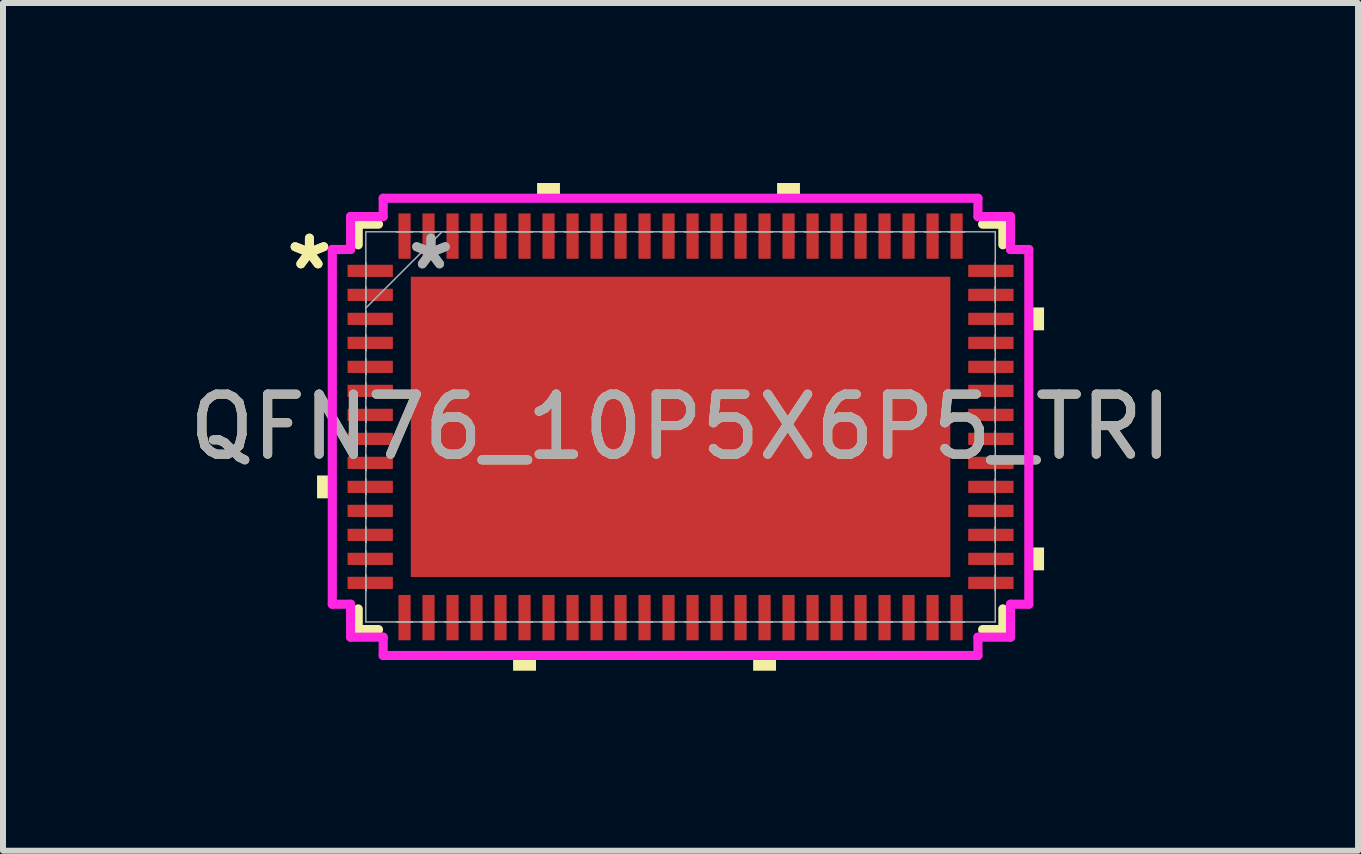
<source format=kicad_pcb>
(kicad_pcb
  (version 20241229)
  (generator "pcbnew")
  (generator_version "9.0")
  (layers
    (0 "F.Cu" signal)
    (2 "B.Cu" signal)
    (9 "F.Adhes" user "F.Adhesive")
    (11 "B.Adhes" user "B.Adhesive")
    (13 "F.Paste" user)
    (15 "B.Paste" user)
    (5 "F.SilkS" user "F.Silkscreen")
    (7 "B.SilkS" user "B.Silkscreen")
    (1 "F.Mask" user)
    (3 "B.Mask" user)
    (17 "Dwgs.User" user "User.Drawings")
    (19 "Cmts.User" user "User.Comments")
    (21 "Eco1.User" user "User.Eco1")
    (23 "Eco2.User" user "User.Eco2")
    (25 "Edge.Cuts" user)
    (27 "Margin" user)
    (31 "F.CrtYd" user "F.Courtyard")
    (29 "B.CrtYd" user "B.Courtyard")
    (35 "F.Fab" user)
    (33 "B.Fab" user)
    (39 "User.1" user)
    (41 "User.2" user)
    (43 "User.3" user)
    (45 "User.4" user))
  (footprint "QFN76_10P5X6P5_TRI"
    (layer "F.Cu")
    (at 8.292 4.064)
    (property "Reference" "QFN76_10P5X6P5_TRI" (at 0 0 0) (unlocked yes) (layer "F.SilkS") (effects (font (size 1 1) (thickness 0.15))))
    (attr smd)
    (fp_line (start -5.372 -3.378) (end -5.372 -3.034) (stroke (width 0.152) (type solid)) (layer "F.SilkS"))
    (fp_line (start -5.372 3.034) (end -5.372 3.378) (stroke (width 0.152) (type solid)) (layer "F.SilkS"))
    (fp_line (start -5.372 3.378) (end -5.034 3.378) (stroke (width 0.152) (type solid)) (layer "F.SilkS"))
    (fp_line (start -5.034 -3.378) (end -5.372 -3.378) (stroke (width 0.152) (type solid)) (layer "F.SilkS"))
    (fp_line (start 5.034 3.378) (end 5.372 3.378) (stroke (width 0.152) (type solid)) (layer "F.SilkS"))
    (fp_line (start 5.372 -3.378) (end 5.034 -3.378) (stroke (width 0.152) (type solid)) (layer "F.SilkS"))
    (fp_line (start 5.372 -3.034) (end 5.372 -3.378) (stroke (width 0.152) (type solid)) (layer "F.SilkS"))
    (fp_line (start 5.372 3.378) (end 5.372 3.034) (stroke (width 0.152) (type solid)) (layer "F.SilkS"))
    (fp_poly (pts (xy -6.058 0.81) (xy -6.058 1.191) (xy -5.804 1.191) (xy -5.804 0.81)) (stroke (width 0) (type solid)) (fill yes) (layer "F.SilkS"))
    (fp_poly (pts (xy -2.791 3.81) (xy -2.791 4.064) (xy -2.409 4.064) (xy -2.409 3.81)) (stroke (width 0) (type solid)) (fill yes) (layer "F.SilkS"))
    (fp_poly (pts (xy -2.391 -3.81) (xy -2.391 -4.064) (xy -2.01 -4.064) (xy -2.01 -3.81)) (stroke (width 0) (type solid)) (fill yes) (layer "F.SilkS"))
    (fp_poly (pts (xy 1.21 3.81) (xy 1.21 4.064) (xy 1.591 4.064) (xy 1.591 3.81)) (stroke (width 0) (type solid)) (fill yes) (layer "F.SilkS"))
    (fp_poly (pts (xy 1.609 -3.81) (xy 1.609 -4.064) (xy 1.99 -4.064) (xy 1.99 -3.81)) (stroke (width 0) (type solid)) (fill yes) (layer "F.SilkS"))
    (fp_poly (pts (xy 6.058 -1.99) (xy 6.058 -1.609) (xy 5.804 -1.609) (xy 5.804 -1.99)) (stroke (width 0) (type solid)) (fill yes) (layer "F.SilkS"))
    (fp_poly (pts (xy 6.058 2.01) (xy 6.058 2.391) (xy 5.804 2.391) (xy 5.804 2.01)) (stroke (width 0) (type solid)) (fill yes) (layer "F.SilkS"))
    (fp_line (start -5.804 -2.956) (end -5.499 -2.956) (stroke (width 0.152) (type solid)) (layer "F.CrtYd"))
    (fp_line (start -5.804 2.956) (end -5.804 -2.956) (stroke (width 0.152) (type solid)) (layer "F.CrtYd"))
    (fp_line (start -5.499 -3.505) (end -4.956 -3.505) (stroke (width 0.152) (type solid)) (layer "F.CrtYd"))
    (fp_line (start -5.499 -2.956) (end -5.499 -3.505) (stroke (width 0.152) (type solid)) (layer "F.CrtYd"))
    (fp_line (start -5.499 2.956) (end -5.804 2.956) (stroke (width 0.152) (type solid)) (layer "F.CrtYd"))
    (fp_line (start -5.499 3.505) (end -5.499 2.956) (stroke (width 0.152) (type solid)) (layer "F.CrtYd"))
    (fp_line (start -4.956 -3.81) (end 4.956 -3.81) (stroke (width 0.152) (type solid)) (layer "F.CrtYd"))
    (fp_line (start -4.956 -3.505) (end -4.956 -3.81) (stroke (width 0.152) (type solid)) (layer "F.CrtYd"))
    (fp_line (start -4.956 3.505) (end -5.499 3.505) (stroke (width 0.152) (type solid)) (layer "F.CrtYd"))
    (fp_line (start -4.956 3.81) (end -4.956 3.505) (stroke (width 0.152) (type solid)) (layer "F.CrtYd"))
    (fp_line (start 4.956 -3.81) (end 4.956 -3.505) (stroke (width 0.152) (type solid)) (layer "F.CrtYd"))
    (fp_line (start 4.956 -3.505) (end 5.499 -3.505) (stroke (width 0.152) (type solid)) (layer "F.CrtYd"))
    (fp_line (start 4.956 3.505) (end 4.956 3.81) (stroke (width 0.152) (type solid)) (layer "F.CrtYd"))
    (fp_line (start 4.956 3.81) (end -4.956 3.81) (stroke (width 0.152) (type solid)) (layer "F.CrtYd"))
    (fp_line (start 5.499 -3.505) (end 5.499 -2.956) (stroke (width 0.152) (type solid)) (layer "F.CrtYd"))
    (fp_line (start 5.499 -2.956) (end 5.804 -2.956) (stroke (width 0.152) (type solid)) (layer "F.CrtYd"))
    (fp_line (start 5.499 2.956) (end 5.499 3.505) (stroke (width 0.152) (type solid)) (layer "F.CrtYd"))
    (fp_line (start 5.499 3.505) (end 4.956 3.505) (stroke (width 0.152) (type solid)) (layer "F.CrtYd"))
    (fp_line (start 5.804 -2.956) (end 5.804 2.956) (stroke (width 0.152) (type solid)) (layer "F.CrtYd"))
    (fp_line (start 5.804 2.956) (end 5.499 2.956) (stroke (width 0.152) (type solid)) (layer "F.CrtYd"))
    (fp_line (start -5.245 -3.251) (end -5.245 3.251) (stroke (width 0.025) (type solid)) (layer "F.Fab"))
    (fp_line (start -5.245 -2.727) (end -5.245 -2.727) (stroke (width 0.025) (type solid)) (layer "F.Fab"))
    (fp_line (start -5.245 -2.727) (end -5.245 -2.473) (stroke (width 0.025) (type solid)) (layer "F.Fab"))
    (fp_line (start -5.245 -2.473) (end -5.245 -2.727) (stroke (width 0.025) (type solid)) (layer "F.Fab"))
    (fp_line (start -5.245 -2.473) (end -5.245 -2.473) (stroke (width 0.025) (type solid)) (layer "F.Fab"))
    (fp_line (start -5.245 -2.327) (end -5.245 -2.327) (stroke (width 0.025) (type solid)) (layer "F.Fab"))
    (fp_line (start -5.245 -2.327) (end -5.245 -2.073) (stroke (width 0.025) (type solid)) (layer "F.Fab"))
    (fp_line (start -5.245 -2.073) (end -5.245 -2.327) (stroke (width 0.025) (type solid)) (layer "F.Fab"))
    (fp_line (start -5.245 -2.073) (end -5.245 -2.073) (stroke (width 0.025) (type solid)) (layer "F.Fab"))
    (fp_line (start -5.245 -1.981) (end -3.975 -3.251) (stroke (width 0.025) (type solid)) (layer "F.Fab"))
    (fp_line (start -5.245 -1.927) (end -5.245 -1.927) (stroke (width 0.025) (type solid)) (layer "F.Fab"))
    (fp_line (start -5.245 -1.927) (end -5.245 -1.673) (stroke (width 0.025) (type solid)) (layer "F.Fab"))
    (fp_line (start -5.245 -1.673) (end -5.245 -1.927) (stroke (width 0.025) (type solid)) (layer "F.Fab"))
    (fp_line (start -5.245 -1.673) (end -5.245 -1.673) (stroke (width 0.025) (type solid)) (layer "F.Fab"))
    (fp_line (start -5.245 -1.527) (end -5.245 -1.527) (stroke (width 0.025) (type solid)) (layer "F.Fab"))
    (fp_line (start -5.245 -1.527) (end -5.245 -1.273) (stroke (width 0.025) (type solid)) (layer "F.Fab"))
    (fp_line (start -5.245 -1.273) (end -5.245 -1.527) (stroke (width 0.025) (type solid)) (layer "F.Fab"))
    (fp_line (start -5.245 -1.273) (end -5.245 -1.273) (stroke (width 0.025) (type solid)) (layer "F.Fab"))
    (fp_line (start -5.245 -1.127) (end -5.245 -1.127) (stroke (width 0.025) (type solid)) (layer "F.Fab"))
    (fp_line (start -5.245 -1.127) (end -5.245 -0.873) (stroke (width 0.025) (type solid)) (layer "F.Fab"))
    (fp_line (start -5.245 -0.873) (end -5.245 -1.127) (stroke (width 0.025) (type solid)) (layer "F.Fab"))
    (fp_line (start -5.245 -0.873) (end -5.245 -0.873) (stroke (width 0.025) (type solid)) (layer "F.Fab"))
    (fp_line (start -5.245 -0.727) (end -5.245 -0.727) (stroke (width 0.025) (type solid)) (layer "F.Fab"))
    (fp_line (start -5.245 -0.727) (end -5.245 -0.473) (stroke (width 0.025) (type solid)) (layer "F.Fab"))
    (fp_line (start -5.245 -0.473) (end -5.245 -0.727) (stroke (width 0.025) (type solid)) (layer "F.Fab"))
    (fp_line (start -5.245 -0.473) (end -5.245 -0.473) (stroke (width 0.025) (type solid)) (layer "F.Fab"))
    (fp_line (start -5.245 -0.327) (end -5.245 -0.327) (stroke (width 0.025) (type solid)) (layer "F.Fab"))
    (fp_line (start -5.245 -0.327) (end -5.245 -0.073) (stroke (width 0.025) (type solid)) (layer "F.Fab"))
    (fp_line (start -5.245 -0.073) (end -5.245 -0.327) (stroke (width 0.025) (type solid)) (layer "F.Fab"))
    (fp_line (start -5.245 -0.073) (end -5.245 -0.073) (stroke (width 0.025) (type solid)) (layer "F.Fab"))
    (fp_line (start -5.245 0.073) (end -5.245 0.073) (stroke (width 0.025) (type solid)) (layer "F.Fab"))
    (fp_line (start -5.245 0.073) (end -5.245 0.327) (stroke (width 0.025) (type solid)) (layer "F.Fab"))
    (fp_line (start -5.245 0.327) (end -5.245 0.073) (stroke (width 0.025) (type solid)) (layer "F.Fab"))
    (fp_line (start -5.245 0.327) (end -5.245 0.327) (stroke (width 0.025) (type solid)) (layer "F.Fab"))
    (fp_line (start -5.245 0.473) (end -5.245 0.473) (stroke (width 0.025) (type solid)) (layer "F.Fab"))
    (fp_line (start -5.245 0.473) (end -5.245 0.727) (stroke (width 0.025) (type solid)) (layer "F.Fab"))
    (fp_line (start -5.245 0.727) (end -5.245 0.473) (stroke (width 0.025) (type solid)) (layer "F.Fab"))
    (fp_line (start -5.245 0.727) (end -5.245 0.727) (stroke (width 0.025) (type solid)) (layer "F.Fab"))
    (fp_line (start -5.245 0.873) (end -5.245 0.873) (stroke (width 0.025) (type solid)) (layer "F.Fab"))
    (fp_line (start -5.245 0.873) (end -5.245 1.127) (stroke (width 0.025) (type solid)) (layer "F.Fab"))
    (fp_line (start -5.245 1.127) (end -5.245 0.873) (stroke (width 0.025) (type solid)) (layer "F.Fab"))
    (fp_line (start -5.245 1.127) (end -5.245 1.127) (stroke (width 0.025) (type solid)) (layer "F.Fab"))
    (fp_line (start -5.245 1.273) (end -5.245 1.273) (stroke (width 0.025) (type solid)) (layer "F.Fab"))
    (fp_line (start -5.245 1.273) (end -5.245 1.527) (stroke (width 0.025) (type solid)) (layer "F.Fab"))
    (fp_line (start -5.245 1.527) (end -5.245 1.273) (stroke (width 0.025) (type solid)) (layer "F.Fab"))
    (fp_line (start -5.245 1.527) (end -5.245 1.527) (stroke (width 0.025) (type solid)) (layer "F.Fab"))
    (fp_line (start -5.245 1.673) (end -5.245 1.673) (stroke (width 0.025) (type solid)) (layer "F.Fab"))
    (fp_line (start -5.245 1.673) (end -5.245 1.927) (stroke (width 0.025) (type solid)) (layer "F.Fab"))
    (fp_line (start -5.245 1.927) (end -5.245 1.673) (stroke (width 0.025) (type solid)) (layer "F.Fab"))
    (fp_line (start -5.245 1.927) (end -5.245 1.927) (stroke (width 0.025) (type solid)) (layer "F.Fab"))
    (fp_line (start -5.245 2.073) (end -5.245 2.073) (stroke (width 0.025) (type solid)) (layer "F.Fab"))
    (fp_line (start -5.245 2.073) (end -5.245 2.327) (stroke (width 0.025) (type solid)) (layer "F.Fab"))
    (fp_line (start -5.245 2.327) (end -5.245 2.073) (stroke (width 0.025) (type solid)) (layer "F.Fab"))
    (fp_line (start -5.245 2.327) (end -5.245 2.327) (stroke (width 0.025) (type solid)) (layer "F.Fab"))
    (fp_line (start -5.245 2.473) (end -5.245 2.473) (stroke (width 0.025) (type solid)) (layer "F.Fab"))
    (fp_line (start -5.245 2.473) (end -5.245 2.727) (stroke (width 0.025) (type solid)) (layer "F.Fab"))
    (fp_line (start -5.245 2.727) (end -5.245 2.473) (stroke (width 0.025) (type solid)) (layer "F.Fab"))
    (fp_line (start -5.245 2.727) (end -5.245 2.727) (stroke (width 0.025) (type solid)) (layer "F.Fab"))
    (fp_line (start -5.245 3.251) (end 5.245 3.251) (stroke (width 0.025) (type solid)) (layer "F.Fab"))
    (fp_line (start -4.727 -3.251) (end -4.727 -3.251) (stroke (width 0.025) (type solid)) (layer "F.Fab"))
    (fp_line (start -4.727 -3.251) (end -4.473 -3.251) (stroke (width 0.025) (type solid)) (layer "F.Fab"))
    (fp_line (start -4.727 3.251) (end -4.727 3.251) (stroke (width 0.025) (type solid)) (layer "F.Fab"))
    (fp_line (start -4.727 3.251) (end -4.473 3.251) (stroke (width 0.025) (type solid)) (layer "F.Fab"))
    (fp_line (start -4.473 -3.251) (end -4.727 -3.251) (stroke (width 0.025) (type solid)) (layer "F.Fab"))
    (fp_line (start -4.473 -3.251) (end -4.473 -3.251) (stroke (width 0.025) (type solid)) (layer "F.Fab"))
    (fp_line (start -4.473 3.251) (end -4.727 3.251) (stroke (width 0.025) (type solid)) (layer "F.Fab"))
    (fp_line (start -4.473 3.251) (end -4.473 3.251) (stroke (width 0.025) (type solid)) (layer "F.Fab"))
    (fp_line (start -4.327 -3.251) (end -4.327 -3.251) (stroke (width 0.025) (type solid)) (layer "F.Fab"))
    (fp_line (start -4.327 -3.251) (end -4.073 -3.251) (stroke (width 0.025) (type solid)) (layer "F.Fab"))
    (fp_line (start -4.327 3.251) (end -4.327 3.251) (stroke (width 0.025) (type solid)) (layer "F.Fab"))
    (fp_line (start -4.327 3.251) (end -4.073 3.251) (stroke (width 0.025) (type solid)) (layer "F.Fab"))
    (fp_line (start -4.073 -3.251) (end -4.327 -3.251) (stroke (width 0.025) (type solid)) (layer "F.Fab"))
    (fp_line (start -4.073 -3.251) (end -4.073 -3.251) (stroke (width 0.025) (type solid)) (layer "F.Fab"))
    (fp_line (start -4.073 3.251) (end -4.327 3.251) (stroke (width 0.025) (type solid)) (layer "F.Fab"))
    (fp_line (start -4.073 3.251) (end -4.073 3.251) (stroke (width 0.025) (type solid)) (layer "F.Fab"))
    (fp_line (start -3.927 -3.251) (end -3.927 -3.251) (stroke (width 0.025) (type solid)) (layer "F.Fab"))
    (fp_line (start -3.927 -3.251) (end -3.673 -3.251) (stroke (width 0.025) (type solid)) (layer "F.Fab"))
    (fp_line (start -3.927 3.251) (end -3.927 3.251) (stroke (width 0.025) (type solid)) (layer "F.Fab"))
    (fp_line (start -3.927 3.251) (end -3.673 3.251) (stroke (width 0.025) (type solid)) (layer "F.Fab"))
    (fp_line (start -3.673 -3.251) (end -3.927 -3.251) (stroke (width 0.025) (type solid)) (layer "F.Fab"))
    (fp_line (start -3.673 -3.251) (end -3.673 -3.251) (stroke (width 0.025) (type solid)) (layer "F.Fab"))
    (fp_line (start -3.673 3.251) (end -3.927 3.251) (stroke (width 0.025) (type solid)) (layer "F.Fab"))
    (fp_line (start -3.673 3.251) (end -3.673 3.251) (stroke (width 0.025) (type solid)) (layer "F.Fab"))
    (fp_line (start -3.527 -3.251) (end -3.527 -3.251) (stroke (width 0.025) (type solid)) (layer "F.Fab"))
    (fp_line (start -3.527 -3.251) (end -3.273 -3.251) (stroke (width 0.025) (type solid)) (layer "F.Fab"))
    (fp_line (start -3.527 3.251) (end -3.527 3.251) (stroke (width 0.025) (type solid)) (layer "F.Fab"))
    (fp_line (start -3.527 3.251) (end -3.273 3.251) (stroke (width 0.025) (type solid)) (layer "F.Fab"))
    (fp_line (start -3.273 -3.251) (end -3.527 -3.251) (stroke (width 0.025) (type solid)) (layer "F.Fab"))
    (fp_line (start -3.273 -3.251) (end -3.273 -3.251) (stroke (width 0.025) (type solid)) (layer "F.Fab"))
    (fp_line (start -3.273 3.251) (end -3.527 3.251) (stroke (width 0.025) (type solid)) (layer "F.Fab"))
    (fp_line (start -3.273 3.251) (end -3.273 3.251) (stroke (width 0.025) (type solid)) (layer "F.Fab"))
    (fp_line (start -3.127 -3.251) (end -3.127 -3.251) (stroke (width 0.025) (type solid)) (layer "F.Fab"))
    (fp_line (start -3.127 -3.251) (end -2.873 -3.251) (stroke (width 0.025) (type solid)) (layer "F.Fab"))
    (fp_line (start -3.127 3.251) (end -3.127 3.251) (stroke (width 0.025) (type solid)) (layer "F.Fab"))
    (fp_line (start -3.127 3.251) (end -2.873 3.251) (stroke (width 0.025) (type solid)) (layer "F.Fab"))
    (fp_line (start -2.873 -3.251) (end -3.127 -3.251) (stroke (width 0.025) (type solid)) (layer "F.Fab"))
    (fp_line (start -2.873 -3.251) (end -2.873 -3.251) (stroke (width 0.025) (type solid)) (layer "F.Fab"))
    (fp_line (start -2.873 3.251) (end -3.127 3.251) (stroke (width 0.025) (type solid)) (layer "F.Fab"))
    (fp_line (start -2.873 3.251) (end -2.873 3.251) (stroke (width 0.025) (type solid)) (layer "F.Fab"))
    (fp_line (start -2.727 -3.251) (end -2.727 -3.251) (stroke (width 0.025) (type solid)) (layer "F.Fab"))
    (fp_line (start -2.727 -3.251) (end -2.473 -3.251) (stroke (width 0.025) (type solid)) (layer "F.Fab"))
    (fp_line (start -2.727 3.251) (end -2.727 3.251) (stroke (width 0.025) (type solid)) (layer "F.Fab"))
    (fp_line (start -2.727 3.251) (end -2.473 3.251) (stroke (width 0.025) (type solid)) (layer "F.Fab"))
    (fp_line (start -2.473 -3.251) (end -2.727 -3.251) (stroke (width 0.025) (type solid)) (layer "F.Fab"))
    (fp_line (start -2.473 -3.251) (end -2.473 -3.251) (stroke (width 0.025) (type solid)) (layer "F.Fab"))
    (fp_line (start -2.473 3.251) (end -2.727 3.251) (stroke (width 0.025) (type solid)) (layer "F.Fab"))
    (fp_line (start -2.473 3.251) (end -2.473 3.251) (stroke (width 0.025) (type solid)) (layer "F.Fab"))
    (fp_line (start -2.327 -3.251) (end -2.327 -3.251) (stroke (width 0.025) (type solid)) (layer "F.Fab"))
    (fp_line (start -2.327 -3.251) (end -2.073 -3.251) (stroke (width 0.025) (type solid)) (layer "F.Fab"))
    (fp_line (start -2.327 3.251) (end -2.327 3.251) (stroke (width 0.025) (type solid)) (layer "F.Fab"))
    (fp_line (start -2.327 3.251) (end -2.073 3.251) (stroke (width 0.025) (type solid)) (layer "F.Fab"))
    (fp_line (start -2.073 -3.251) (end -2.327 -3.251) (stroke (width 0.025) (type solid)) (layer "F.Fab"))
    (fp_line (start -2.073 -3.251) (end -2.073 -3.251) (stroke (width 0.025) (type solid)) (layer "F.Fab"))
    (fp_line (start -2.073 3.251) (end -2.327 3.251) (stroke (width 0.025) (type solid)) (layer "F.Fab"))
    (fp_line (start -2.073 3.251) (end -2.073 3.251) (stroke (width 0.025) (type solid)) (layer "F.Fab"))
    (fp_line (start -1.927 -3.251) (end -1.927 -3.251) (stroke (width 0.025) (type solid)) (layer "F.Fab"))
    (fp_line (start -1.927 -3.251) (end -1.673 -3.251) (stroke (width 0.025) (type solid)) (layer "F.Fab"))
    (fp_line (start -1.927 3.251) (end -1.927 3.251) (stroke (width 0.025) (type solid)) (layer "F.Fab"))
    (fp_line (start -1.927 3.251) (end -1.673 3.251) (stroke (width 0.025) (type solid)) (layer "F.Fab"))
    (fp_line (start -1.673 -3.251) (end -1.927 -3.251) (stroke (width 0.025) (type solid)) (layer "F.Fab"))
    (fp_line (start -1.673 -3.251) (end -1.673 -3.251) (stroke (width 0.025) (type solid)) (layer "F.Fab"))
    (fp_line (start -1.673 3.251) (end -1.927 3.251) (stroke (width 0.025) (type solid)) (layer "F.Fab"))
    (fp_line (start -1.673 3.251) (end -1.673 3.251) (stroke (width 0.025) (type solid)) (layer "F.Fab"))
    (fp_line (start -1.527 -3.251) (end -1.527 -3.251) (stroke (width 0.025) (type solid)) (layer "F.Fab"))
    (fp_line (start -1.527 -3.251) (end -1.273 -3.251) (stroke (width 0.025) (type solid)) (layer "F.Fab"))
    (fp_line (start -1.527 3.251) (end -1.527 3.251) (stroke (width 0.025) (type solid)) (layer "F.Fab"))
    (fp_line (start -1.527 3.251) (end -1.273 3.251) (stroke (width 0.025) (type solid)) (layer "F.Fab"))
    (fp_line (start -1.273 -3.251) (end -1.527 -3.251) (stroke (width 0.025) (type solid)) (layer "F.Fab"))
    (fp_line (start -1.273 -3.251) (end -1.273 -3.251) (stroke (width 0.025) (type solid)) (layer "F.Fab"))
    (fp_line (start -1.273 3.251) (end -1.527 3.251) (stroke (width 0.025) (type solid)) (layer "F.Fab"))
    (fp_line (start -1.273 3.251) (end -1.273 3.251) (stroke (width 0.025) (type solid)) (layer "F.Fab"))
    (fp_line (start -1.127 -3.251) (end -1.127 -3.251) (stroke (width 0.025) (type solid)) (layer "F.Fab"))
    (fp_line (start -1.127 -3.251) (end -0.873 -3.251) (stroke (width 0.025) (type solid)) (layer "F.Fab"))
    (fp_line (start -1.127 3.251) (end -1.127 3.251) (stroke (width 0.025) (type solid)) (layer "F.Fab"))
    (fp_line (start -1.127 3.251) (end -0.873 3.251) (stroke (width 0.025) (type solid)) (layer "F.Fab"))
    (fp_line (start -0.873 -3.251) (end -1.127 -3.251) (stroke (width 0.025) (type solid)) (layer "F.Fab"))
    (fp_line (start -0.873 -3.251) (end -0.873 -3.251) (stroke (width 0.025) (type solid)) (layer "F.Fab"))
    (fp_line (start -0.873 3.251) (end -1.127 3.251) (stroke (width 0.025) (type solid)) (layer "F.Fab"))
    (fp_line (start -0.873 3.251) (end -0.873 3.251) (stroke (width 0.025) (type solid)) (layer "F.Fab"))
    (fp_line (start -0.727 -3.251) (end -0.727 -3.251) (stroke (width 0.025) (type solid)) (layer "F.Fab"))
    (fp_line (start -0.727 -3.251) (end -0.473 -3.251) (stroke (width 0.025) (type solid)) (layer "F.Fab"))
    (fp_line (start -0.727 3.251) (end -0.727 3.251) (stroke (width 0.025) (type solid)) (layer "F.Fab"))
    (fp_line (start -0.727 3.251) (end -0.473 3.251) (stroke (width 0.025) (type solid)) (layer "F.Fab"))
    (fp_line (start -0.473 -3.251) (end -0.727 -3.251) (stroke (width 0.025) (type solid)) (layer "F.Fab"))
    (fp_line (start -0.473 -3.251) (end -0.473 -3.251) (stroke (width 0.025) (type solid)) (layer "F.Fab"))
    (fp_line (start -0.473 3.251) (end -0.727 3.251) (stroke (width 0.025) (type solid)) (layer "F.Fab"))
    (fp_line (start -0.473 3.251) (end -0.473 3.251) (stroke (width 0.025) (type solid)) (layer "F.Fab"))
    (fp_line (start -0.327 -3.251) (end -0.327 -3.251) (stroke (width 0.025) (type solid)) (layer "F.Fab"))
    (fp_line (start -0.327 -3.251) (end -0.073 -3.251) (stroke (width 0.025) (type solid)) (layer "F.Fab"))
    (fp_line (start -0.327 3.251) (end -0.327 3.251) (stroke (width 0.025) (type solid)) (layer "F.Fab"))
    (fp_line (start -0.327 3.251) (end -0.073 3.251) (stroke (width 0.025) (type solid)) (layer "F.Fab"))
    (fp_line (start -0.073 -3.251) (end -0.327 -3.251) (stroke (width 0.025) (type solid)) (layer "F.Fab"))
    (fp_line (start -0.073 -3.251) (end -0.073 -3.251) (stroke (width 0.025) (type solid)) (layer "F.Fab"))
    (fp_line (start -0.073 3.251) (end -0.327 3.251) (stroke (width 0.025) (type solid)) (layer "F.Fab"))
    (fp_line (start -0.073 3.251) (end -0.073 3.251) (stroke (width 0.025) (type solid)) (layer "F.Fab"))
    (fp_line (start 0.073 -3.251) (end 0.073 -3.251) (stroke (width 0.025) (type solid)) (layer "F.Fab"))
    (fp_line (start 0.073 -3.251) (end 0.327 -3.251) (stroke (width 0.025) (type solid)) (layer "F.Fab"))
    (fp_line (start 0.073 3.251) (end 0.073 3.251) (stroke (width 0.025) (type solid)) (layer "F.Fab"))
    (fp_line (start 0.073 3.251) (end 0.327 3.251) (stroke (width 0.025) (type solid)) (layer "F.Fab"))
    (fp_line (start 0.327 -3.251) (end 0.073 -3.251) (stroke (width 0.025) (type solid)) (layer "F.Fab"))
    (fp_line (start 0.327 -3.251) (end 0.327 -3.251) (stroke (width 0.025) (type solid)) (layer "F.Fab"))
    (fp_line (start 0.327 3.251) (end 0.073 3.251) (stroke (width 0.025) (type solid)) (layer "F.Fab"))
    (fp_line (start 0.327 3.251) (end 0.327 3.251) (stroke (width 0.025) (type solid)) (layer "F.Fab"))
    (fp_line (start 0.473 -3.251) (end 0.473 -3.251) (stroke (width 0.025) (type solid)) (layer "F.Fab"))
    (fp_line (start 0.473 -3.251) (end 0.727 -3.251) (stroke (width 0.025) (type solid)) (layer "F.Fab"))
    (fp_line (start 0.473 3.251) (end 0.473 3.251) (stroke (width 0.025) (type solid)) (layer "F.Fab"))
    (fp_line (start 0.473 3.251) (end 0.727 3.251) (stroke (width 0.025) (type solid)) (layer "F.Fab"))
    (fp_line (start 0.727 -3.251) (end 0.473 -3.251) (stroke (width 0.025) (type solid)) (layer "F.Fab"))
    (fp_line (start 0.727 -3.251) (end 0.727 -3.251) (stroke (width 0.025) (type solid)) (layer "F.Fab"))
    (fp_line (start 0.727 3.251) (end 0.473 3.251) (stroke (width 0.025) (type solid)) (layer "F.Fab"))
    (fp_line (start 0.727 3.251) (end 0.727 3.251) (stroke (width 0.025) (type solid)) (layer "F.Fab"))
    (fp_line (start 0.873 -3.251) (end 0.873 -3.251) (stroke (width 0.025) (type solid)) (layer "F.Fab"))
    (fp_line (start 0.873 -3.251) (end 1.127 -3.251) (stroke (width 0.025) (type solid)) (layer "F.Fab"))
    (fp_line (start 0.873 3.251) (end 0.873 3.251) (stroke (width 0.025) (type solid)) (layer "F.Fab"))
    (fp_line (start 0.873 3.251) (end 1.127 3.251) (stroke (width 0.025) (type solid)) (layer "F.Fab"))
    (fp_line (start 1.127 -3.251) (end 0.873 -3.251) (stroke (width 0.025) (type solid)) (layer "F.Fab"))
    (fp_line (start 1.127 -3.251) (end 1.127 -3.251) (stroke (width 0.025) (type solid)) (layer "F.Fab"))
    (fp_line (start 1.127 3.251) (end 0.873 3.251) (stroke (width 0.025) (type solid)) (layer "F.Fab"))
    (fp_line (start 1.127 3.251) (end 1.127 3.251) (stroke (width 0.025) (type solid)) (layer "F.Fab"))
    (fp_line (start 1.273 -3.251) (end 1.273 -3.251) (stroke (width 0.025) (type solid)) (layer "F.Fab"))
    (fp_line (start 1.273 -3.251) (end 1.527 -3.251) (stroke (width 0.025) (type solid)) (layer "F.Fab"))
    (fp_line (start 1.273 3.251) (end 1.273 3.251) (stroke (width 0.025) (type solid)) (layer "F.Fab"))
    (fp_line (start 1.273 3.251) (end 1.527 3.251) (stroke (width 0.025) (type solid)) (layer "F.Fab"))
    (fp_line (start 1.527 -3.251) (end 1.273 -3.251) (stroke (width 0.025) (type solid)) (layer "F.Fab"))
    (fp_line (start 1.527 -3.251) (end 1.527 -3.251) (stroke (width 0.025) (type solid)) (layer "F.Fab"))
    (fp_line (start 1.527 3.251) (end 1.273 3.251) (stroke (width 0.025) (type solid)) (layer "F.Fab"))
    (fp_line (start 1.527 3.251) (end 1.527 3.251) (stroke (width 0.025) (type solid)) (layer "F.Fab"))
    (fp_line (start 1.673 -3.251) (end 1.673 -3.251) (stroke (width 0.025) (type solid)) (layer "F.Fab"))
    (fp_line (start 1.673 -3.251) (end 1.927 -3.251) (stroke (width 0.025) (type solid)) (layer "F.Fab"))
    (fp_line (start 1.673 3.251) (end 1.673 3.251) (stroke (width 0.025) (type solid)) (layer "F.Fab"))
    (fp_line (start 1.673 3.251) (end 1.927 3.251) (stroke (width 0.025) (type solid)) (layer "F.Fab"))
    (fp_line (start 1.927 -3.251) (end 1.673 -3.251) (stroke (width 0.025) (type solid)) (layer "F.Fab"))
    (fp_line (start 1.927 -3.251) (end 1.927 -3.251) (stroke (width 0.025) (type solid)) (layer "F.Fab"))
    (fp_line (start 1.927 3.251) (end 1.673 3.251) (stroke (width 0.025) (type solid)) (layer "F.Fab"))
    (fp_line (start 1.927 3.251) (end 1.927 3.251) (stroke (width 0.025) (type solid)) (layer "F.Fab"))
    (fp_line (start 2.073 -3.251) (end 2.073 -3.251) (stroke (width 0.025) (type solid)) (layer "F.Fab"))
    (fp_line (start 2.073 -3.251) (end 2.327 -3.251) (stroke (width 0.025) (type solid)) (layer "F.Fab"))
    (fp_line (start 2.073 3.251) (end 2.073 3.251) (stroke (width 0.025) (type solid)) (layer "F.Fab"))
    (fp_line (start 2.073 3.251) (end 2.327 3.251) (stroke (width 0.025) (type solid)) (layer "F.Fab"))
    (fp_line (start 2.327 -3.251) (end 2.073 -3.251) (stroke (width 0.025) (type solid)) (layer "F.Fab"))
    (fp_line (start 2.327 -3.251) (end 2.327 -3.251) (stroke (width 0.025) (type solid)) (layer "F.Fab"))
    (fp_line (start 2.327 3.251) (end 2.073 3.251) (stroke (width 0.025) (type solid)) (layer "F.Fab"))
    (fp_line (start 2.327 3.251) (end 2.327 3.251) (stroke (width 0.025) (type solid)) (layer "F.Fab"))
    (fp_line (start 2.473 -3.251) (end 2.473 -3.251) (stroke (width 0.025) (type solid)) (layer "F.Fab"))
    (fp_line (start 2.473 -3.251) (end 2.727 -3.251) (stroke (width 0.025) (type solid)) (layer "F.Fab"))
    (fp_line (start 2.473 3.251) (end 2.473 3.251) (stroke (width 0.025) (type solid)) (layer "F.Fab"))
    (fp_line (start 2.473 3.251) (end 2.727 3.251) (stroke (width 0.025) (type solid)) (layer "F.Fab"))
    (fp_line (start 2.727 -3.251) (end 2.473 -3.251) (stroke (width 0.025) (type solid)) (layer "F.Fab"))
    (fp_line (start 2.727 -3.251) (end 2.727 -3.251) (stroke (width 0.025) (type solid)) (layer "F.Fab"))
    (fp_line (start 2.727 3.251) (end 2.473 3.251) (stroke (width 0.025) (type solid)) (layer "F.Fab"))
    (fp_line (start 2.727 3.251) (end 2.727 3.251) (stroke (width 0.025) (type solid)) (layer "F.Fab"))
    (fp_line (start 2.873 -3.251) (end 2.873 -3.251) (stroke (width 0.025) (type solid)) (layer "F.Fab"))
    (fp_line (start 2.873 -3.251) (end 3.127 -3.251) (stroke (width 0.025) (type solid)) (layer "F.Fab"))
    (fp_line (start 2.873 3.251) (end 2.873 3.251) (stroke (width 0.025) (type solid)) (layer "F.Fab"))
    (fp_line (start 2.873 3.251) (end 3.127 3.251) (stroke (width 0.025) (type solid)) (layer "F.Fab"))
    (fp_line (start 3.127 -3.251) (end 2.873 -3.251) (stroke (width 0.025) (type solid)) (layer "F.Fab"))
    (fp_line (start 3.127 -3.251) (end 3.127 -3.251) (stroke (width 0.025) (type solid)) (layer "F.Fab"))
    (fp_line (start 3.127 3.251) (end 2.873 3.251) (stroke (width 0.025) (type solid)) (layer "F.Fab"))
    (fp_line (start 3.127 3.251) (end 3.127 3.251) (stroke (width 0.025) (type solid)) (layer "F.Fab"))
    (fp_line (start 3.273 -3.251) (end 3.273 -3.251) (stroke (width 0.025) (type solid)) (layer "F.Fab"))
    (fp_line (start 3.273 -3.251) (end 3.527 -3.251) (stroke (width 0.025) (type solid)) (layer "F.Fab"))
    (fp_line (start 3.273 3.251) (end 3.273 3.251) (stroke (width 0.025) (type solid)) (layer "F.Fab"))
    (fp_line (start 3.273 3.251) (end 3.527 3.251) (stroke (width 0.025) (type solid)) (layer "F.Fab"))
    (fp_line (start 3.527 -3.251) (end 3.273 -3.251) (stroke (width 0.025) (type solid)) (layer "F.Fab"))
    (fp_line (start 3.527 -3.251) (end 3.527 -3.251) (stroke (width 0.025) (type solid)) (layer "F.Fab"))
    (fp_line (start 3.527 3.251) (end 3.273 3.251) (stroke (width 0.025) (type solid)) (layer "F.Fab"))
    (fp_line (start 3.527 3.251) (end 3.527 3.251) (stroke (width 0.025) (type solid)) (layer "F.Fab"))
    (fp_line (start 3.673 -3.251) (end 3.673 -3.251) (stroke (width 0.025) (type solid)) (layer "F.Fab"))
    (fp_line (start 3.673 -3.251) (end 3.927 -3.251) (stroke (width 0.025) (type solid)) (layer "F.Fab"))
    (fp_line (start 3.673 3.251) (end 3.673 3.251) (stroke (width 0.025) (type solid)) (layer "F.Fab"))
    (fp_line (start 3.673 3.251) (end 3.927 3.251) (stroke (width 0.025) (type solid)) (layer "F.Fab"))
    (fp_line (start 3.927 -3.251) (end 3.673 -3.251) (stroke (width 0.025) (type solid)) (layer "F.Fab"))
    (fp_line (start 3.927 -3.251) (end 3.927 -3.251) (stroke (width 0.025) (type solid)) (layer "F.Fab"))
    (fp_line (start 3.927 3.251) (end 3.673 3.251) (stroke (width 0.025) (type solid)) (layer "F.Fab"))
    (fp_line (start 3.927 3.251) (end 3.927 3.251) (stroke (width 0.025) (type solid)) (layer "F.Fab"))
    (fp_line (start 4.073 -3.251) (end 4.073 -3.251) (stroke (width 0.025) (type solid)) (layer "F.Fab"))
    (fp_line (start 4.073 -3.251) (end 4.327 -3.251) (stroke (width 0.025) (type solid)) (layer "F.Fab"))
    (fp_line (start 4.073 3.251) (end 4.073 3.251) (stroke (width 0.025) (type solid)) (layer "F.Fab"))
    (fp_line (start 4.073 3.251) (end 4.327 3.251) (stroke (width 0.025) (type solid)) (layer "F.Fab"))
    (fp_line (start 4.327 -3.251) (end 4.073 -3.251) (stroke (width 0.025) (type solid)) (layer "F.Fab"))
    (fp_line (start 4.327 -3.251) (end 4.327 -3.251) (stroke (width 0.025) (type solid)) (layer "F.Fab"))
    (fp_line (start 4.327 3.251) (end 4.073 3.251) (stroke (width 0.025) (type solid)) (layer "F.Fab"))
    (fp_line (start 4.327 3.251) (end 4.327 3.251) (stroke (width 0.025) (type solid)) (layer "F.Fab"))
    (fp_line (start 4.473 -3.251) (end 4.473 -3.251) (stroke (width 0.025) (type solid)) (layer "F.Fab"))
    (fp_line (start 4.473 -3.251) (end 4.727 -3.251) (stroke (width 0.025) (type solid)) (layer "F.Fab"))
    (fp_line (start 4.473 3.251) (end 4.473 3.251) (stroke (width 0.025) (type solid)) (layer "F.Fab"))
    (fp_line (start 4.473 3.251) (end 4.727 3.251) (stroke (width 0.025) (type solid)) (layer "F.Fab"))
    (fp_line (start 4.727 -3.251) (end 4.473 -3.251) (stroke (width 0.025) (type solid)) (layer "F.Fab"))
    (fp_line (start 4.727 -3.251) (end 4.727 -3.251) (stroke (width 0.025) (type solid)) (layer "F.Fab"))
    (fp_line (start 4.727 3.251) (end 4.473 3.251) (stroke (width 0.025) (type solid)) (layer "F.Fab"))
    (fp_line (start 4.727 3.251) (end 4.727 3.251) (stroke (width 0.025) (type solid)) (layer "F.Fab"))
    (fp_line (start 5.245 -3.251) (end -5.245 -3.251) (stroke (width 0.025) (type solid)) (layer "F.Fab"))
    (fp_line (start 5.245 -2.727) (end 5.245 -2.727) (stroke (width 0.025) (type solid)) (layer "F.Fab"))
    (fp_line (start 5.245 -2.727) (end 5.245 -2.473) (stroke (width 0.025) (type solid)) (layer "F.Fab"))
    (fp_line (start 5.245 -2.473) (end 5.245 -2.727) (stroke (width 0.025) (type solid)) (layer "F.Fab"))
    (fp_line (start 5.245 -2.473) (end 5.245 -2.473) (stroke (width 0.025) (type solid)) (layer "F.Fab"))
    (fp_line (start 5.245 -2.327) (end 5.245 -2.327) (stroke (width 0.025) (type solid)) (layer "F.Fab"))
    (fp_line (start 5.245 -2.327) (end 5.245 -2.073) (stroke (width 0.025) (type solid)) (layer "F.Fab"))
    (fp_line (start 5.245 -2.073) (end 5.245 -2.327) (stroke (width 0.025) (type solid)) (layer "F.Fab"))
    (fp_line (start 5.245 -2.073) (end 5.245 -2.073) (stroke (width 0.025) (type solid)) (layer "F.Fab"))
    (fp_line (start 5.245 -1.927) (end 5.245 -1.927) (stroke (width 0.025) (type solid)) (layer "F.Fab"))
    (fp_line (start 5.245 -1.927) (end 5.245 -1.673) (stroke (width 0.025) (type solid)) (layer "F.Fab"))
    (fp_line (start 5.245 -1.673) (end 5.245 -1.927) (stroke (width 0.025) (type solid)) (layer "F.Fab"))
    (fp_line (start 5.245 -1.673) (end 5.245 -1.673) (stroke (width 0.025) (type solid)) (layer "F.Fab"))
    (fp_line (start 5.245 -1.527) (end 5.245 -1.527) (stroke (width 0.025) (type solid)) (layer "F.Fab"))
    (fp_line (start 5.245 -1.527) (end 5.245 -1.273) (stroke (width 0.025) (type solid)) (layer "F.Fab"))
    (fp_line (start 5.245 -1.273) (end 5.245 -1.527) (stroke (width 0.025) (type solid)) (layer "F.Fab"))
    (fp_line (start 5.245 -1.273) (end 5.245 -1.273) (stroke (width 0.025) (type solid)) (layer "F.Fab"))
    (fp_line (start 5.245 -1.127) (end 5.245 -1.127) (stroke (width 0.025) (type solid)) (layer "F.Fab"))
    (fp_line (start 5.245 -1.127) (end 5.245 -0.873) (stroke (width 0.025) (type solid)) (layer "F.Fab"))
    (fp_line (start 5.245 -0.873) (end 5.245 -1.127) (stroke (width 0.025) (type solid)) (layer "F.Fab"))
    (fp_line (start 5.245 -0.873) (end 5.245 -0.873) (stroke (width 0.025) (type solid)) (layer "F.Fab"))
    (fp_line (start 5.245 -0.727) (end 5.245 -0.727) (stroke (width 0.025) (type solid)) (layer "F.Fab"))
    (fp_line (start 5.245 -0.727) (end 5.245 -0.473) (stroke (width 0.025) (type solid)) (layer "F.Fab"))
    (fp_line (start 5.245 -0.473) (end 5.245 -0.727) (stroke (width 0.025) (type solid)) (layer "F.Fab"))
    (fp_line (start 5.245 -0.473) (end 5.245 -0.473) (stroke (width 0.025) (type solid)) (layer "F.Fab"))
    (fp_line (start 5.245 -0.327) (end 5.245 -0.327) (stroke (width 0.025) (type solid)) (layer "F.Fab"))
    (fp_line (start 5.245 -0.327) (end 5.245 -0.073) (stroke (width 0.025) (type solid)) (layer "F.Fab"))
    (fp_line (start 5.245 -0.073) (end 5.245 -0.327) (stroke (width 0.025) (type solid)) (layer "F.Fab"))
    (fp_line (start 5.245 -0.073) (end 5.245 -0.073) (stroke (width 0.025) (type solid)) (layer "F.Fab"))
    (fp_line (start 5.245 0.073) (end 5.245 0.073) (stroke (width 0.025) (type solid)) (layer "F.Fab"))
    (fp_line (start 5.245 0.073) (end 5.245 0.327) (stroke (width 0.025) (type solid)) (layer "F.Fab"))
    (fp_line (start 5.245 0.327) (end 5.245 0.073) (stroke (width 0.025) (type solid)) (layer "F.Fab"))
    (fp_line (start 5.245 0.327) (end 5.245 0.327) (stroke (width 0.025) (type solid)) (layer "F.Fab"))
    (fp_line (start 5.245 0.473) (end 5.245 0.473) (stroke (width 0.025) (type solid)) (layer "F.Fab"))
    (fp_line (start 5.245 0.473) (end 5.245 0.727) (stroke (width 0.025) (type solid)) (layer "F.Fab"))
    (fp_line (start 5.245 0.727) (end 5.245 0.473) (stroke (width 0.025) (type solid)) (layer "F.Fab"))
    (fp_line (start 5.245 0.727) (end 5.245 0.727) (stroke (width 0.025) (type solid)) (layer "F.Fab"))
    (fp_line (start 5.245 0.873) (end 5.245 0.873) (stroke (width 0.025) (type solid)) (layer "F.Fab"))
    (fp_line (start 5.245 0.873) (end 5.245 1.127) (stroke (width 0.025) (type solid)) (layer "F.Fab"))
    (fp_line (start 5.245 1.127) (end 5.245 0.873) (stroke (width 0.025) (type solid)) (layer "F.Fab"))
    (fp_line (start 5.245 1.127) (end 5.245 1.127) (stroke (width 0.025) (type solid)) (layer "F.Fab"))
    (fp_line (start 5.245 1.273) (end 5.245 1.273) (stroke (width 0.025) (type solid)) (layer "F.Fab"))
    (fp_line (start 5.245 1.273) (end 5.245 1.527) (stroke (width 0.025) (type solid)) (layer "F.Fab"))
    (fp_line (start 5.245 1.527) (end 5.245 1.273) (stroke (width 0.025) (type solid)) (layer "F.Fab"))
    (fp_line (start 5.245 1.527) (end 5.245 1.527) (stroke (width 0.025) (type solid)) (layer "F.Fab"))
    (fp_line (start 5.245 1.673) (end 5.245 1.673) (stroke (width 0.025) (type solid)) (layer "F.Fab"))
    (fp_line (start 5.245 1.673) (end 5.245 1.927) (stroke (width 0.025) (type solid)) (layer "F.Fab"))
    (fp_line (start 5.245 1.927) (end 5.245 1.673) (stroke (width 0.025) (type solid)) (layer "F.Fab"))
    (fp_line (start 5.245 1.927) (end 5.245 1.927) (stroke (width 0.025) (type solid)) (layer "F.Fab"))
    (fp_line (start 5.245 2.073) (end 5.245 2.073) (stroke (width 0.025) (type solid)) (layer "F.Fab"))
    (fp_line (start 5.245 2.073) (end 5.245 2.327) (stroke (width 0.025) (type solid)) (layer "F.Fab"))
    (fp_line (start 5.245 2.327) (end 5.245 2.073) (stroke (width 0.025) (type solid)) (layer "F.Fab"))
    (fp_line (start 5.245 2.327) (end 5.245 2.327) (stroke (width 0.025) (type solid)) (layer "F.Fab"))
    (fp_line (start 5.245 2.473) (end 5.245 2.473) (stroke (width 0.025) (type solid)) (layer "F.Fab"))
    (fp_line (start 5.245 2.473) (end 5.245 2.727) (stroke (width 0.025) (type solid)) (layer "F.Fab"))
    (fp_line (start 5.245 2.727) (end 5.245 2.473) (stroke (width 0.025) (type solid)) (layer "F.Fab"))
    (fp_line (start 5.245 2.727) (end 5.245 2.727) (stroke (width 0.025) (type solid)) (layer "F.Fab"))
    (fp_line (start 5.245 3.251) (end 5.245 -3.251) (stroke (width 0.025) (type solid)) (layer "F.Fab"))
    (fp_text user "*" (at -6.185 -2.6 0) (layer "F.SilkS") (effects (font (size 1 1) (thickness 0.15))))
    (fp_text user "*" (at -6.185 -2.6 0) (unlocked yes) (layer "F.SilkS") (effects (font (size 1 1) (thickness 0.15))))
    (fp_text user "${REFERENCE}" (at 0 0 0) (unlocked yes) (layer "F.Fab") (effects (font (size 1 1) (thickness 0.15))))
    (fp_text user "*" (at -4.16 -2.6 0) (unlocked yes) (layer "F.Fab") (effects (font (size 1 1) (thickness 0.15))))
    (fp_text user "*" (at -4.16 -2.6 0) (layer "F.Fab") (effects (font (size 1 1) (thickness 0.15))))
    (pad "1" smd rect (at -5.172 -2.6 90) (size 0.203 0.755) (layers "F.Cu" "F.Mask" "F.Paste"))
    (pad "2" smd rect (at -5.172 -2.2 90) (size 0.203 0.755) (layers "F.Cu" "F.Mask" "F.Paste"))
    (pad "3" smd rect (at -5.172 -1.8 90) (size 0.203 0.755) (layers "F.Cu" "F.Mask" "F.Paste"))
    (pad "4" smd rect (at -5.172 -1.4 90) (size 0.203 0.755) (layers "F.Cu" "F.Mask" "F.Paste"))
    (pad "5" smd rect (at -5.172 -1 90) (size 0.203 0.755) (layers "F.Cu" "F.Mask" "F.Paste"))
    (pad "6" smd rect (at -5.172 -0.6 90) (size 0.203 0.755) (layers "F.Cu" "F.Mask" "F.Paste"))
    (pad "7" smd rect (at -5.172 -0.2 90) (size 0.203 0.755) (layers "F.Cu" "F.Mask" "F.Paste"))
    (pad "8" smd rect (at -5.172 0.2 90) (size 0.203 0.755) (layers "F.Cu" "F.Mask" "F.Paste"))
    (pad "9" smd rect (at -5.172 0.6 90) (size 0.203 0.755) (layers "F.Cu" "F.Mask" "F.Paste"))
    (pad "10" smd rect (at -5.172 1 90) (size 0.203 0.755) (layers "F.Cu" "F.Mask" "F.Paste"))
    (pad "11" smd rect (at -5.172 1.4 90) (size 0.203 0.755) (layers "F.Cu" "F.Mask" "F.Paste"))
    (pad "12" smd rect (at -5.172 1.8 90) (size 0.203 0.755) (layers "F.Cu" "F.Mask" "F.Paste"))
    (pad "13" smd rect (at -5.172 2.2 90) (size 0.203 0.755) (layers "F.Cu" "F.Mask" "F.Paste"))
    (pad "14" smd rect (at -5.172 2.6 90) (size 0.203 0.755) (layers "F.Cu" "F.Mask" "F.Paste"))
    (pad "15" smd rect (at -4.6 3.179) (size 0.203 0.755) (layers "F.Cu" "F.Mask" "F.Paste"))
    (pad "16" smd rect (at -4.2 3.179) (size 0.203 0.755) (layers "F.Cu" "F.Mask" "F.Paste"))
    (pad "17" smd rect (at -3.8 3.179) (size 0.203 0.755) (layers "F.Cu" "F.Mask" "F.Paste"))
    (pad "18" smd rect (at -3.4 3.179) (size 0.203 0.755) (layers "F.Cu" "F.Mask" "F.Paste"))
    (pad "19" smd rect (at -3 3.179) (size 0.203 0.755) (layers "F.Cu" "F.Mask" "F.Paste"))
    (pad "20" smd rect (at -2.6 3.179) (size 0.203 0.755) (layers "F.Cu" "F.Mask" "F.Paste"))
    (pad "21" smd rect (at -2.2 3.179) (size 0.203 0.755) (layers "F.Cu" "F.Mask" "F.Paste"))
    (pad "22" smd rect (at -1.8 3.179) (size 0.203 0.755) (layers "F.Cu" "F.Mask" "F.Paste"))
    (pad "23" smd rect (at -1.4 3.179) (size 0.203 0.755) (layers "F.Cu" "F.Mask" "F.Paste"))
    (pad "24" smd rect (at -1 3.179) (size 0.203 0.755) (layers "F.Cu" "F.Mask" "F.Paste"))
    (pad "25" smd rect (at -0.6 3.179) (size 0.203 0.755) (layers "F.Cu" "F.Mask" "F.Paste"))
    (pad "26" smd rect (at -0.2 3.179) (size 0.203 0.755) (layers "F.Cu" "F.Mask" "F.Paste"))
    (pad "27" smd rect (at 0.2 3.179) (size 0.203 0.755) (layers "F.Cu" "F.Mask" "F.Paste"))
    (pad "28" smd rect (at 0.6 3.179) (size 0.203 0.755) (layers "F.Cu" "F.Mask" "F.Paste"))
    (pad "29" smd rect (at 1 3.179) (size 0.203 0.755) (layers "F.Cu" "F.Mask" "F.Paste"))
    (pad "30" smd rect (at 1.4 3.179) (size 0.203 0.755) (layers "F.Cu" "F.Mask" "F.Paste"))
    (pad "31" smd rect (at 1.8 3.179) (size 0.203 0.755) (layers "F.Cu" "F.Mask" "F.Paste"))
    (pad "32" smd rect (at 2.2 3.179) (size 0.203 0.755) (layers "F.Cu" "F.Mask" "F.Paste"))
    (pad "33" smd rect (at 2.6 3.179) (size 0.203 0.755) (layers "F.Cu" "F.Mask" "F.Paste"))
    (pad "34" smd rect (at 3 3.179) (size 0.203 0.755) (layers "F.Cu" "F.Mask" "F.Paste"))
    (pad "35" smd rect (at 3.4 3.179) (size 0.203 0.755) (layers "F.Cu" "F.Mask" "F.Paste"))
    (pad "36" smd rect (at 3.8 3.179) (size 0.203 0.755) (layers "F.Cu" "F.Mask" "F.Paste"))
    (pad "37" smd rect (at 4.2 3.179) (size 0.203 0.755) (layers "F.Cu" "F.Mask" "F.Paste"))
    (pad "38" smd rect (at 4.6 3.179) (size 0.203 0.755) (layers "F.Cu" "F.Mask" "F.Paste"))
    (pad "39" smd rect (at 5.172 2.6 90) (size 0.203 0.755) (layers "F.Cu" "F.Mask" "F.Paste"))
    (pad "40" smd rect (at 5.172 2.2 90) (size 0.203 0.755) (layers "F.Cu" "F.Mask" "F.Paste"))
    (pad "41" smd rect (at 5.172 1.8 90) (size 0.203 0.755) (layers "F.Cu" "F.Mask" "F.Paste"))
    (pad "42" smd rect (at 5.172 1.4 90) (size 0.203 0.755) (layers "F.Cu" "F.Mask" "F.Paste"))
    (pad "43" smd rect (at 5.172 1 90) (size 0.203 0.755) (layers "F.Cu" "F.Mask" "F.Paste"))
    (pad "44" smd rect (at 5.172 0.6 90) (size 0.203 0.755) (layers "F.Cu" "F.Mask" "F.Paste"))
    (pad "45" smd rect (at 5.172 0.2 90) (size 0.203 0.755) (layers "F.Cu" "F.Mask" "F.Paste"))
    (pad "46" smd rect (at 5.172 -0.2 90) (size 0.203 0.755) (layers "F.Cu" "F.Mask" "F.Paste"))
    (pad "47" smd rect (at 5.172 -0.6 90) (size 0.203 0.755) (layers "F.Cu" "F.Mask" "F.Paste"))
    (pad "48" smd rect (at 5.172 -1 90) (size 0.203 0.755) (layers "F.Cu" "F.Mask" "F.Paste"))
    (pad "49" smd rect (at 5.172 -1.4 90) (size 0.203 0.755) (layers "F.Cu" "F.Mask" "F.Paste"))
    (pad "50" smd rect (at 5.172 -1.8 90) (size 0.203 0.755) (layers "F.Cu" "F.Mask" "F.Paste"))
    (pad "51" smd rect (at 5.172 -2.2 90) (size 0.203 0.755) (layers "F.Cu" "F.Mask" "F.Paste"))
    (pad "52" smd rect (at 5.172 -2.6 90) (size 0.203 0.755) (layers "F.Cu" "F.Mask" "F.Paste"))
    (pad "53" smd rect (at 4.6 -3.179) (size 0.203 0.755) (layers "F.Cu" "F.Mask" "F.Paste"))
    (pad "54" smd rect (at 4.2 -3.179) (size 0.203 0.755) (layers "F.Cu" "F.Mask" "F.Paste"))
    (pad "55" smd rect (at 3.8 -3.179) (size 0.203 0.755) (layers "F.Cu" "F.Mask" "F.Paste"))
    (pad "56" smd rect (at 3.4 -3.179) (size 0.203 0.755) (layers "F.Cu" "F.Mask" "F.Paste"))
    (pad "57" smd rect (at 3 -3.179) (size 0.203 0.755) (layers "F.Cu" "F.Mask" "F.Paste"))
    (pad "58" smd rect (at 2.6 -3.179) (size 0.203 0.755) (layers "F.Cu" "F.Mask" "F.Paste"))
    (pad "59" smd rect (at 2.2 -3.179) (size 0.203 0.755) (layers "F.Cu" "F.Mask" "F.Paste"))
    (pad "60" smd rect (at 1.8 -3.179) (size 0.203 0.755) (layers "F.Cu" "F.Mask" "F.Paste"))
    (pad "61" smd rect (at 1.4 -3.179) (size 0.203 0.755) (layers "F.Cu" "F.Mask" "F.Paste"))
    (pad "62" smd rect (at 1 -3.179) (size 0.203 0.755) (layers "F.Cu" "F.Mask" "F.Paste"))
    (pad "63" smd rect (at 0.6 -3.179) (size 0.203 0.755) (layers "F.Cu" "F.Mask" "F.Paste"))
    (pad "64" smd rect (at 0.2 -3.179) (size 0.203 0.755) (layers "F.Cu" "F.Mask" "F.Paste"))
    (pad "65" smd rect (at -0.2 -3.179) (size 0.203 0.755) (layers "F.Cu" "F.Mask" "F.Paste"))
    (pad "66" smd rect (at -0.6 -3.179) (size 0.203 0.755) (layers "F.Cu" "F.Mask" "F.Paste"))
    (pad "67" smd rect (at -1 -3.179) (size 0.203 0.755) (layers "F.Cu" "F.Mask" "F.Paste"))
    (pad "68" smd rect (at -1.4 -3.179) (size 0.203 0.755) (layers "F.Cu" "F.Mask" "F.Paste"))
    (pad "69" smd rect (at -1.8 -3.179) (size 0.203 0.755) (layers "F.Cu" "F.Mask" "F.Paste"))
    (pad "70" smd rect (at -2.2 -3.179) (size 0.203 0.755) (layers "F.Cu" "F.Mask" "F.Paste"))
    (pad "71" smd rect (at -2.6 -3.179) (size 0.203 0.755) (layers "F.Cu" "F.Mask" "F.Paste"))
    (pad "72" smd rect (at -3 -3.179) (size 0.203 0.755) (layers "F.Cu" "F.Mask" "F.Paste"))
    (pad "73" smd rect (at -3.4 -3.179) (size 0.203 0.755) (layers "F.Cu" "F.Mask" "F.Paste"))
    (pad "74" smd rect (at -3.8 -3.179) (size 0.203 0.755) (layers "F.Cu" "F.Mask" "F.Paste"))
    (pad "75" smd rect (at -4.2 -3.179) (size 0.203 0.755) (layers "F.Cu" "F.Mask" "F.Paste"))
    (pad "76" smd rect (at -4.6 -3.179) (size 0.203 0.755) (layers "F.Cu" "F.Mask" "F.Paste"))
    (pad "77" smd rect (at 0 0) (size 8.992 5.004) (layers "F.Cu" "F.Mask" "F.Paste")))
  (gr_rect
    (start -3 -3)
    (end 19.583 11.128)
    (stroke (width 0.1) (type default))
    (fill no)
    (layer "Edge.Cuts")))
</source>
